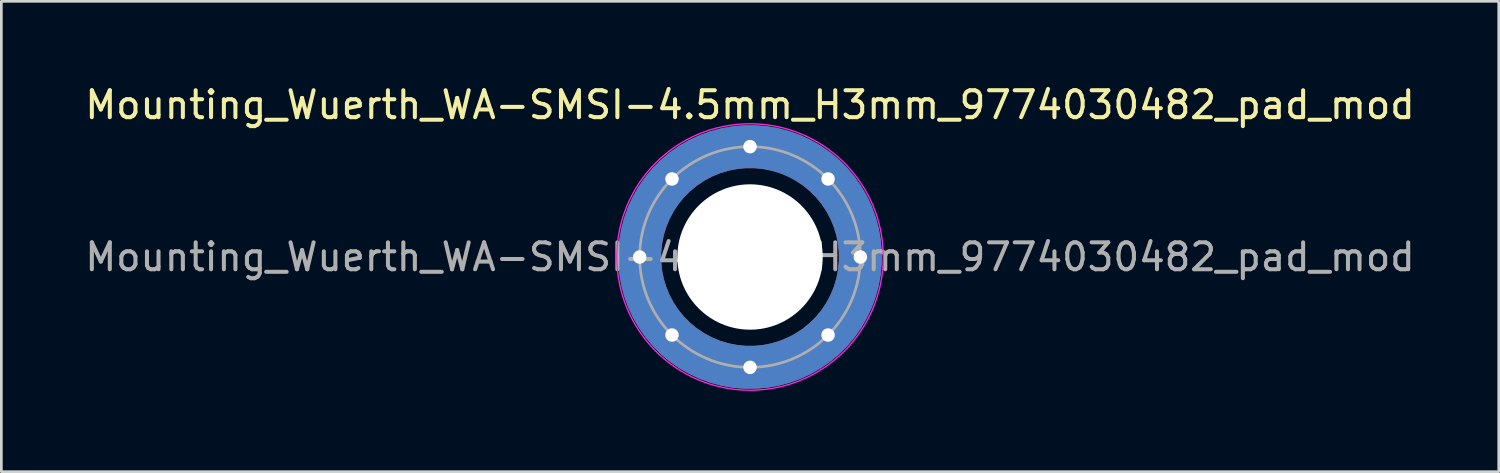
<source format=kicad_pcb>
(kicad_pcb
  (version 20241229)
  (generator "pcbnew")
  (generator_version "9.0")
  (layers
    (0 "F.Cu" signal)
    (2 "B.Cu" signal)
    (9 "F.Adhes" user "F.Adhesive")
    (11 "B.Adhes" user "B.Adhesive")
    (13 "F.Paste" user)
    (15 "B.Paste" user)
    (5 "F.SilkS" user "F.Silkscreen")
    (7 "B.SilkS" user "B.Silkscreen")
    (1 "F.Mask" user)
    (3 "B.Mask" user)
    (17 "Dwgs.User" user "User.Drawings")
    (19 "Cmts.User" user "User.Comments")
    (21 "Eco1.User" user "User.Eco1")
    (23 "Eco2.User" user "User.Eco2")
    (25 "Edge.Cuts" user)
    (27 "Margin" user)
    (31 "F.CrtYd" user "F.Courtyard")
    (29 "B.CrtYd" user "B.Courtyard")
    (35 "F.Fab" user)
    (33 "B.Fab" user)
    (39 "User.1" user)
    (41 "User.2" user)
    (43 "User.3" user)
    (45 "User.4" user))
  (footprint "Mounting_Wuerth_WA-SMSI-4.5mm_H3mm_9774030482_pad_mod"
    (layer "F.Cu")
    (at 24.815 6.498)
    (property "Reference" "Mounting_Wuerth_WA-SMSI-4.5mm_H3mm_9774030482_pad_mod" (at 0 -5.65 0) (layer "F.SilkS") (effects (font (size 1 1) (thickness 0.15))))
    (attr smd)
    (fp_circle (center 0 0) (end 4.95 0) (stroke (width 0.05) (type solid)) (fill no) (layer "F.CrtYd"))
    (fp_circle (center 0 0) (end 4.1 0) (stroke (width 0.1) (type solid)) (fill no) (layer "F.Fab"))
    (fp_text user "${REFERENCE}" (at 0 0 0) (layer "F.Fab") (effects (font (size 1 1) (thickness 0.15))))
    (pad "" smd custom (at -2.607 -2.607) (size 1.495 1.495) (layers "F.Paste") (options (anchor circle)) (primitives (gr_arc (start -0.188183 2.107456) (mid 0.597179 0.601371) (end 2.101622 -0.187133) (width 0.2)) (gr_arc (start -0.289416 2.107456) (mid 0.50686 0.550916) (end 2.046176 -0.278169) (width 0.2)) (gr_arc (start -0.390547 2.107456) (mid 0.445874 0.470735) (end 2.07281 -0.384563) (width 0.2)) (gr_arc (start -0.491585 2.107456) (mid 0.382546 0.392996) (end 2.092871 -0.489197) (width 0.2)) (gr_arc (start -0.59254 2.107456) (mid 0.304537 0.33006) (end 2.071825 -0.586769) (width 0.2)) (gr_arc (start -0.693419 2.107456) (mid 0.237027 0.25653) (end 2.080202 -0.689175) (width 0.2)) (gr_arc (start -0.794229 2.107456) (mid 0.174635 0.177879) (end 2.102917 -0.793558) (width 0.2)) (gr_arc (start -0.894975 2.107456) (mid 0.087245 0.124401) (end 2.055494 -0.887162) (width 0.2)) (gr_arc (start -0.995664 2.107456) (mid 0.026308 0.044227) (end 2.082368 -0.992093) (width 0.2)) (gr_arc (start -1.0963 2.107456) (mid -0.042696 -0.027785) (end 2.086567 -1.093419) (width 0.2)) (gr_arc (start -1.196886 2.107456) (mid -0.118166 -0.093288) (end 2.072595 -1.192142) (width 0.2)) (gr_arc (start -1.297427 2.107456) (mid -0.188531 -0.163926) (end 2.07296 -1.292855) (width 0.2)) (gr_arc (start -1.397927 2.107456) (mid -0.265846 -0.227544) (end 2.053753 -1.390857) (width 0.2)) (gr_arc (start -1.498388 2.107456) (mid -0.335426 -0.298988) (end 2.056343 -1.49184) (width 0.2)) (gr_arc (start -1.598813 2.107456) (mid -0.394087 -0.381429) (end 2.089686 -1.596661) (width 0.2)) (gr_arc (start -1.699204 2.107456) (mid -0.467756 -0.448749) (end 2.080764 -1.696022) (width 0.2)) (gr_arc (start -1.799565 2.107456) (mid -0.538452 -0.519057) (end 2.080213 -1.796386) (width 0.2)) (gr_arc (start -1.899896 2.107456) (mid -0.608775 -0.589742) (end 2.080711 -1.896849) (width 0.2)) (gr_arc (start -1.899896 2.107456) (mid -0.608775 -0.589742) (end 2.080711 -1.896849) (width 0.2)) (gr_line (start 2.107 -0.188) (end 2.107 -1.9) (width 0.2)) (gr_line (start -0.188 2.107) (end -1.9 2.107) (width 0.2))))
    (pad "" smd custom (at -2.607 2.607) (size 1.495 1.495) (layers "F.Paste") (options (anchor circle)) (primitives (gr_arc (start 2.107456 0.188183) (mid 0.601371 -0.597179) (end -0.187133 -2.101622) (width 0.2)) (gr_arc (start 2.107456 0.289416) (mid 0.54177 -0.515854) (end -0.282957 -2.071379) (width 0.2)) (gr_arc (start 2.107456 0.390547) (mid 0.461325 -0.455216) (end -0.389114 -2.098937) (width 0.2)) (gr_arc (start 2.107456 0.491585) (mid 0.392996 -0.382546) (end -0.489197 -2.092871) (width 0.2)) (gr_arc (start 2.107456 0.59254) (mid 0.322035 -0.312501) (end -0.590431 -2.094138) (width 0.2)) (gr_arc (start 2.107456 0.693419) (mid 0.25653 -0.237027) (end -0.689175 -2.080202) (width 0.2)) (gr_arc (start 2.107456 0.794229) (mid 0.177879 -0.174635) (end -0.793558 -2.102917) (width 0.2)) (gr_arc (start 2.107456 0.894975) (mid 0.115616 -0.095933) (end -0.890932 -2.079914) (width 0.2)) (gr_arc (start 2.107456 0.995664) (mid 0.046479 -0.024074) (end -0.991172 -2.07609) (width 0.2)) (gr_arc (start 2.107456 1.0963) (mid -0.027787 0.042694) (end -1.09342 -2.086571) (width 0.2)) (gr_arc (start 2.107456 1.196886) (mid -0.093288 0.118166) (end -1.192142 -2.072595) (width 0.2)) (gr_arc (start 2.107456 1.297427) (mid -0.171236 0.181266) (end -1.2956 -2.093389) (width 0.2)) (gr_arc (start 2.107456 1.397927) (mid -0.240055 0.253447) (end -1.395537 -2.088669) (width 0.2)) (gr_arc (start 2.107456 1.498388) (mid -0.314357 0.320167) (end -1.497387 -2.0993) (width 0.2)) (gr_arc (start 2.107456 1.598813) (mid -0.381429 0.394087) (end -1.596661 -2.089686) (width 0.2)) (gr_arc (start 2.107456 1.699204) (mid -0.448749 0.467756) (end -1.696022 -2.080764) (width 0.2)) (gr_arc (start 2.107456 1.799565) (mid -0.519057 0.538452) (end -1.796386 -2.080213) (width 0.2)) (gr_arc (start 2.107456 1.899896) (mid -0.589742 0.608775) (end -1.896849 -2.080711) (width 0.2)) (gr_arc (start 2.107456 1.899896) (mid -0.589742 0.608775) (end -1.896849 -2.080711) (width 0.2)) (gr_line (start -0.188 -2.107) (end -1.9 -2.107) (width 0.2)) (gr_line (start 2.107 0.188) (end 2.107 1.9) (width 0.2))))
    (pad "" np_thru_hole circle (at 0 0) (size 5.4 5.4) (drill 5.4) (layers "*.Cu" "*.Mask"))
    (pad "" smd custom (at 2.607 -2.607) (size 1.495 1.495) (layers "F.Paste") (options (anchor circle)) (primitives (gr_arc (start -2.107456 -0.188183) (mid -0.613685 0.584966) (end 0.180748 2.067526) (width 0.2)) (gr_arc (start -2.107456 -0.289416) (mid -0.54542 0.512254) (end 0.281073 2.0613) (width 0.2)) (gr_arc (start -2.107456 -0.390547) (mid -0.474509 0.442149) (end 0.382682 2.062373) (width 0.2)) (gr_arc (start -2.107456 -0.491585) (mid -0.392996 0.382546) (end 0.489197 2.092871) (width 0.2)) (gr_arc (start -2.107456 -0.59254) (mid -0.338112 0.296604) (end 0.582952 2.049544) (width 0.2)) (gr_arc (start -2.107456 -0.693419) (mid -0.256531 0.237027) (end 0.689174 2.080202) (width 0.2)) (gr_arc (start -2.107456 -0.794229) (mid -0.177879 0.174635) (end 0.793558 2.102917) (width 0.2)) (gr_arc (start -2.107456 -0.894975) (mid -0.124401 0.087245) (end 0.887162 2.055494) (width 0.2)) (gr_arc (start -2.107456 -0.995664) (mid -0.044227 0.026308) (end 0.992093 2.082368) (width 0.2)) (gr_arc (start -2.107456 -1.0963) (mid 0.027785 -0.042696) (end 1.093419 2.086567) (width 0.2)) (gr_arc (start -2.107456 -1.196886) (mid 0.09091 -0.120519) (end 1.191205 2.065969) (width 0.2)) (gr_arc (start -2.107456 -1.297427) (mid 0.156597 -0.195776) (end 1.290003 2.052547) (width 0.2)) (gr_arc (start -2.107456 -1.397927) (mid 0.227544 -0.265846) (end 1.390857 2.053753) (width 0.2)) (gr_arc (start -2.107456 -1.498388) (mid 0.304119 -0.330348) (end 1.493737 2.070657) (width 0.2)) (gr_arc (start -2.107456 -1.598813) (mid 0.381429 -0.394087) (end 1.596661 2.089686) (width 0.2)) (gr_arc (start -2.107456 -1.699204) (mid 0.448749 -0.467756) (end 1.696022 2.080764) (width 0.2)) (gr_arc (start -2.107456 -1.799565) (mid 0.519057 -0.538452) (end 1.796386 2.080213) (width 0.2)) (gr_arc (start -2.107456 -1.899896) (mid 0.589742 -0.608775) (end 1.896849 2.080711) (width 0.2)) (gr_arc (start -2.107456 -1.899896) (mid 0.589742 -0.608775) (end 1.896849 2.080711) (width 0.2)) (gr_line (start 0.188 2.107) (end 1.9 2.107) (width 0.2)) (gr_line (start -2.107 -0.188) (end -2.107 -1.9) (width 0.2))))
    (pad "" smd custom (at 2.607 2.607) (size 1.495 1.495) (layers "F.Paste") (options (anchor circle)) (primitives (gr_arc (start 0.188183 -2.107456) (mid -0.584966 -0.613685) (end -2.067526 0.180748) (width 0.2)) (gr_arc (start 0.289416 -2.107456) (mid -0.512254 -0.54542) (end -2.0613 0.281073) (width 0.2)) (gr_arc (start 0.390547 -2.107456) (mid -0.442149 -0.474509) (end -2.062373 0.382682) (width 0.2)) (gr_arc (start 0.491585 -2.107456) (mid -0.382546 -0.392996) (end -2.092871 0.489197) (width 0.2)) (gr_arc (start 0.59254 -2.107456) (mid -0.296604 -0.338112) (end -2.049544 0.582952) (width 0.2)) (gr_arc (start 0.693419 -2.107456) (mid -0.237027 -0.256531) (end -2.080202 0.689174) (width 0.2)) (gr_arc (start 0.794229 -2.107456) (mid -0.174635 -0.177879) (end -2.102917 0.793558) (width 0.2)) (gr_arc (start 0.894975 -2.107456) (mid -0.087245 -0.124401) (end -2.055494 0.887162) (width 0.2)) (gr_arc (start 0.995664 -2.107456) (mid -0.026308 -0.044227) (end -2.082368 0.992093) (width 0.2)) (gr_arc (start 1.0963 -2.107456) (mid 0.042696 0.027785) (end -2.086567 1.093419) (width 0.2)) (gr_arc (start 1.196886 -2.107456) (mid 0.120519 0.09091) (end -2.065969 1.191205) (width 0.2)) (gr_arc (start 1.297427 -2.107456) (mid 0.195776 0.156597) (end -2.052547 1.290003) (width 0.2)) (gr_arc (start 1.397927 -2.107456) (mid 0.265846 0.227544) (end -2.053753 1.390857) (width 0.2)) (gr_arc (start 1.498388 -2.107456) (mid 0.330348 0.304119) (end -2.070657 1.493737) (width 0.2)) (gr_arc (start 1.598813 -2.107456) (mid 0.394087 0.381429) (end -2.089686 1.596661) (width 0.2)) (gr_arc (start 1.699204 -2.107456) (mid 0.467756 0.448749) (end -2.080764 1.696022) (width 0.2)) (gr_arc (start 1.799565 -2.107456) (mid 0.538452 0.519057) (end -2.080213 1.796386) (width 0.2)) (gr_arc (start 1.899896 -2.107456) (mid 0.608775 0.589742) (end -2.080711 1.896849) (width 0.2)) (gr_arc (start 1.899896 -2.107456) (mid 0.608775 0.589742) (end -2.080711 1.896849) (width 0.2)) (gr_line (start -2.107 0.188) (end -2.107 1.9) (width 0.2)) (gr_line (start 0.188 -2.107) (end 1.9 -2.107) (width 0.2))))
    (pad "1" thru_hole custom (at -4.1 0) (size 0.8 0.8) (drill 0.5) (layers "*.Cu" "*.Mask") (options (anchor circle)) (primitives))
    (pad "1" thru_hole custom (at -2.899 -2.899) (size 0.8 0.8) (drill 0.5) (layers "*.Cu" "*.Mask") (options (anchor circle)) (primitives))
    (pad "1" thru_hole custom (at -2.899 2.899) (size 0.8 0.8) (drill 0.5) (layers "*.Cu" "*.Mask") (options (anchor circle)) (primitives))
    (pad "1" thru_hole custom (at 0 -4.1) (size 0.8 0.8) (drill 0.5) (layers "*.Cu" "*.Mask") (options (anchor circle)) (primitives))
    (pad "1" thru_hole custom (at 0 4.1) (size 0.8 0.8) (drill 0.5) (layers "*.Cu" "*.Mask") (options (anchor circle)) (primitives))
    (pad "1" thru_hole custom (at 2.899 -2.899) (size 0.8 0.8) (drill 0.5) (layers "*.Cu" "*.Mask") (options (anchor circle)) (primitives))
    (pad "1" thru_hole custom (at 2.899 2.899) (size 0.8 0.8) (drill 0.5) (layers "*.Cu" "*.Mask") (options (anchor circle)) (primitives))
    (pad "1" thru_hole custom (at 4.1 0) (size 1.6 1.6) (drill 0.5) (layers "*.Cu" "*.Mask") (options (anchor circle)) (primitives (gr_circle (center -4.1 0) (end 0 0) (width 1.6) (fill no)))))
  (gr_rect
    (start -3 -3)
    (end 52.631 14.473)
    (stroke (width 0.1) (type default))
    (fill no)
    (layer "Edge.Cuts")))
</source>
